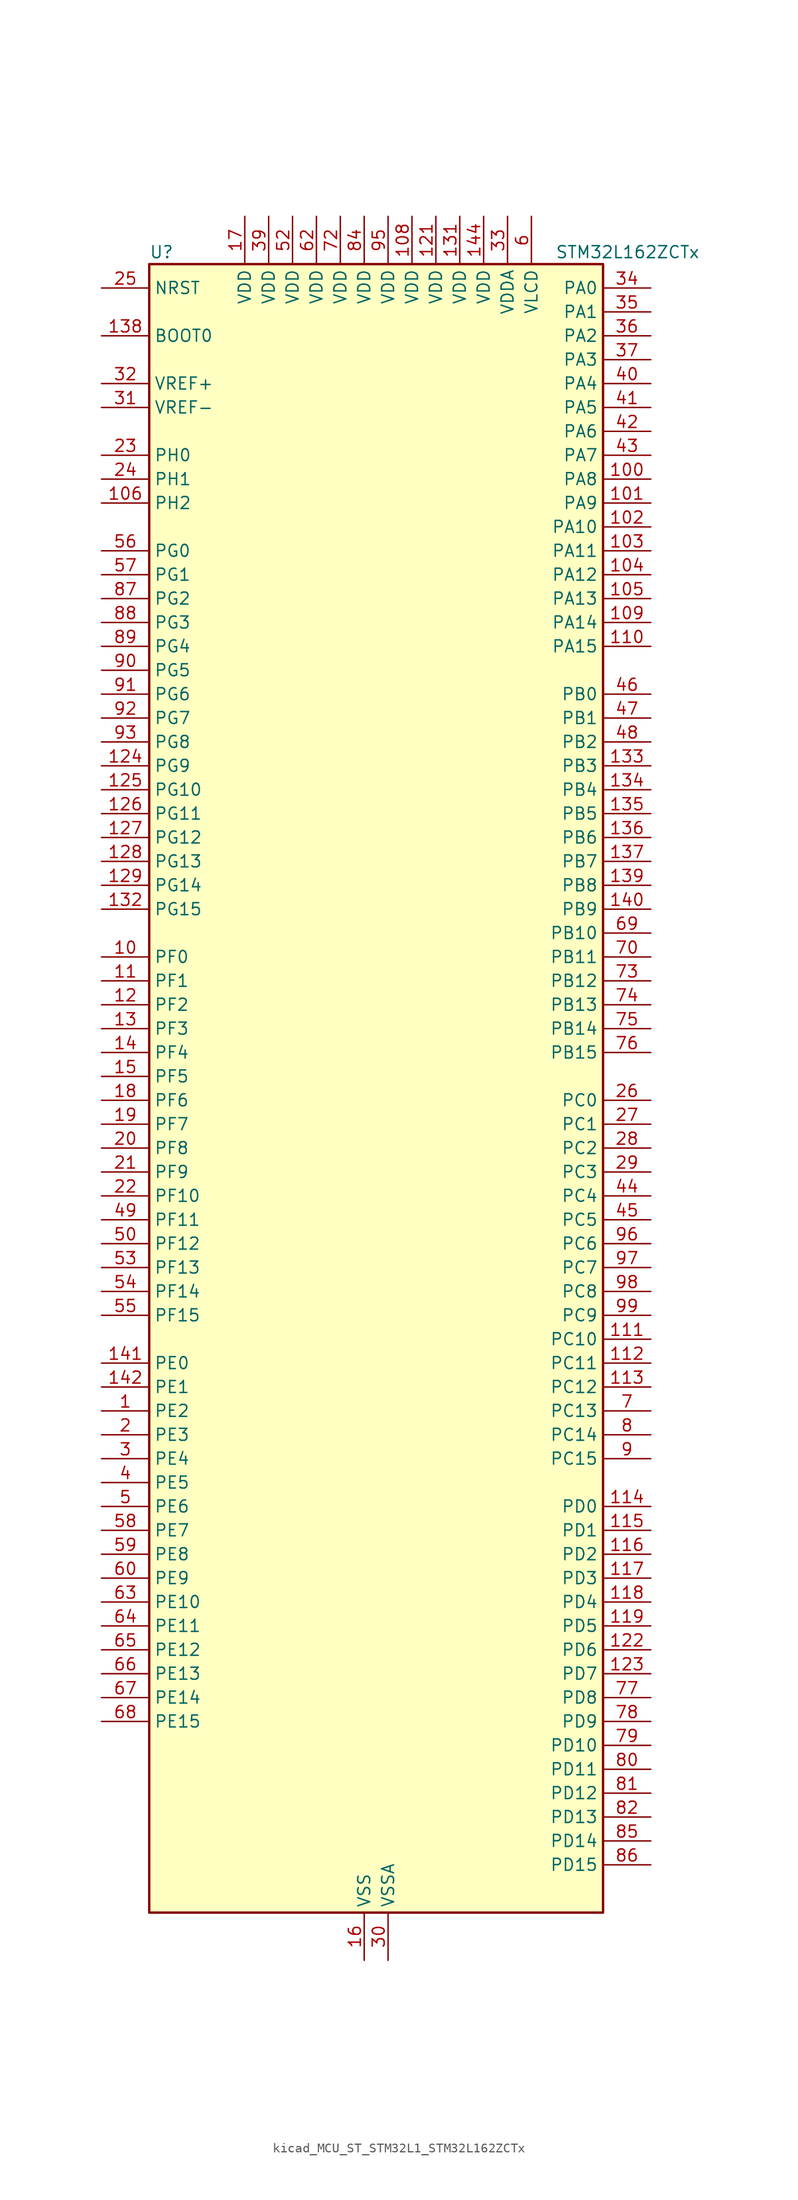
<source format=kicad_sym>
(kicad_symbol_lib
  (version 20220914)
  (generator kicad_symbol_editor)
  (symbol "kicad_MCU_ST_STM32L1_STM32L162ZCTx"
    (property "Reference" "U"
      (at -22.86 90.17 0)
      (effects (font (size 1.27 1.27)) (justify left)))
    (property "Value" "STM32L162ZCTx"
      (at 20.32 90.17 0)
      (effects (font (size 1.27 1.27)) (justify left)))
    (property "ki_locked" ""
      (at 0 0 0)
      (effects (font (size 1.27 1.27))))
    (symbol "kicad_MCU_ST_STM32L1_STM32L162ZCTx_0_1"
      (rectangle (start -22.86 -86.36) (end 25.4 88.9) (stroke (width 0.254) (type default)) (fill (type background))))
    (symbol "kicad_MCU_ST_STM32L1_STM32L162ZCTx_1_1"
      (pin bidirectional line (at -27.94 -33.02 0) (length 5.08) (name "PE2" (effects (font (size 1.27 1.27)))) (number "1" (effects (font (size 1.27 1.27)))) (alternate "LCD_SEG38" bidirectional line) (alternate "SYS_TRACECK" bidirectional line) (alternate "TIM3_ETR" bidirectional line) (alternate "TIMX_IC3" bidirectional line))
      (pin bidirectional line (at -27.94 15.24 0) (length 5.08) (name "PF0" (effects (font (size 1.27 1.27)))) (number "10" (effects (font (size 1.27 1.27)))))
      (pin bidirectional line (at 30.48 66.04 180) (length 5.08) (name "PA8" (effects (font (size 1.27 1.27)))) (number "100" (effects (font (size 1.27 1.27)))) (alternate "LCD_COM0" bidirectional line) (alternate "RCC_MCO" bidirectional line) (alternate "TIMX_IC1" bidirectional line) (alternate "TS_G4_IO1" bidirectional line) (alternate "USART1_CK" bidirectional line))
      (pin bidirectional line (at 30.48 63.5 180) (length 5.08) (name "PA9" (effects (font (size 1.27 1.27)))) (number "101" (effects (font (size 1.27 1.27)))) (alternate "DAC_EXTI9" bidirectional line) (alternate "LCD_COM1" bidirectional line) (alternate "TIMX_IC2" bidirectional line) (alternate "TS_G4_IO2" bidirectional line) (alternate "USART1_TX" bidirectional line))
      (pin bidirectional line (at 30.48 60.96 180) (length 5.08) (name "PA10" (effects (font (size 1.27 1.27)))) (number "102" (effects (font (size 1.27 1.27)))) (alternate "LCD_COM2" bidirectional line) (alternate "TIMX_IC3" bidirectional line) (alternate "TS_G4_IO3" bidirectional line) (alternate "USART1_RX" bidirectional line))
      (pin bidirectional line (at 30.48 58.42 180) (length 5.08) (name "PA11" (effects (font (size 1.27 1.27)))) (number "103" (effects (font (size 1.27 1.27)))) (alternate "ADC_EXTI11" bidirectional line) (alternate "SPI1_MISO" bidirectional line) (alternate "TIMX_IC4" bidirectional line) (alternate "USART1_CTS" bidirectional line) (alternate "USB_DM" bidirectional line))
      (pin bidirectional line (at 30.48 55.88 180) (length 5.08) (name "PA12" (effects (font (size 1.27 1.27)))) (number "104" (effects (font (size 1.27 1.27)))) (alternate "SPI1_MOSI" bidirectional line) (alternate "TIMX_IC1" bidirectional line) (alternate "USART1_RTS" bidirectional line) (alternate "USB_DP" bidirectional line))
      (pin bidirectional line (at 30.48 53.34 180) (length 5.08) (name "PA13" (effects (font (size 1.27 1.27)))) (number "105" (effects (font (size 1.27 1.27)))) (alternate "SYS_JTMS-SWDIO" bidirectional line) (alternate "TIMX_IC2" bidirectional line) (alternate "TS_G5_IO1" bidirectional line))
      (pin bidirectional line (at -27.94 63.5 0) (length 5.08) (name "PH2" (effects (font (size 1.27 1.27)))) (number "106" (effects (font (size 1.27 1.27)))))
      (pin passive line (at 0 -91.44 90) (length 5.08) hide (name "VSS" (effects (font (size 1.27 1.27)))) (number "107" (effects (font (size 1.27 1.27)))))
      (pin power_in line (at 5.08 93.98 270) (length 5.08) (name "VDD" (effects (font (size 1.27 1.27)))) (number "108" (effects (font (size 1.27 1.27)))))
      (pin bidirectional line (at 30.48 50.8 180) (length 5.08) (name "PA14" (effects (font (size 1.27 1.27)))) (number "109" (effects (font (size 1.27 1.27)))) (alternate "SYS_JTCK-SWCLK" bidirectional line) (alternate "TIMX_IC3" bidirectional line) (alternate "TS_G5_IO2" bidirectional line))
      (pin bidirectional line (at -27.94 12.7 0) (length 5.08) (name "PF1" (effects (font (size 1.27 1.27)))) (number "11" (effects (font (size 1.27 1.27)))))
      (pin bidirectional line (at 30.48 48.26 180) (length 5.08) (name "PA15" (effects (font (size 1.27 1.27)))) (number "110" (effects (font (size 1.27 1.27)))) (alternate "ADC_EXTI15" bidirectional line) (alternate "I2S3_WS" bidirectional line) (alternate "LCD_SEG17" bidirectional line) (alternate "SPI1_NSS" bidirectional line) (alternate "SPI3_NSS" bidirectional line) (alternate "SYS_JTDI" bidirectional line) (alternate "TIM2_CH1" bidirectional line) (alternate "TIM2_ETR" bidirectional line) (alternate "TIMX_IC4" bidirectional line) (alternate "TS_G5_IO3" bidirectional line))
      (pin bidirectional line (at 30.48 -25.4 180) (length 5.08) (name "PC10" (effects (font (size 1.27 1.27)))) (number "111" (effects (font (size 1.27 1.27)))) (alternate "I2S3_CK" bidirectional line) (alternate "LCD_COM4" bidirectional line) (alternate "LCD_SEG28" bidirectional line) (alternate "LCD_SEG40" bidirectional line) (alternate "SPI3_SCK" bidirectional line) (alternate "TIMX_IC3" bidirectional line) (alternate "USART3_TX" bidirectional line))
      (pin bidirectional line (at 30.48 -27.94 180) (length 5.08) (name "PC11" (effects (font (size 1.27 1.27)))) (number "112" (effects (font (size 1.27 1.27)))) (alternate "ADC_EXTI11" bidirectional line) (alternate "LCD_COM5" bidirectional line) (alternate "LCD_SEG29" bidirectional line) (alternate "LCD_SEG41" bidirectional line) (alternate "SPI3_MISO" bidirectional line) (alternate "TIMX_IC4" bidirectional line) (alternate "USART3_RX" bidirectional line))
      (pin bidirectional line (at 30.48 -30.48 180) (length 5.08) (name "PC12" (effects (font (size 1.27 1.27)))) (number "113" (effects (font (size 1.27 1.27)))) (alternate "I2S3_SD" bidirectional line) (alternate "LCD_COM6" bidirectional line) (alternate "LCD_SEG30" bidirectional line) (alternate "LCD_SEG42" bidirectional line) (alternate "SPI3_MOSI" bidirectional line) (alternate "TIMX_IC1" bidirectional line) (alternate "USART3_CK" bidirectional line))
      (pin bidirectional line (at 30.48 -43.18 180) (length 5.08) (name "PD0" (effects (font (size 1.27 1.27)))) (number "114" (effects (font (size 1.27 1.27)))) (alternate "I2S2_WS" bidirectional line) (alternate "SPI2_NSS" bidirectional line) (alternate "TIM9_CH1" bidirectional line) (alternate "TIMX_IC1" bidirectional line))
      (pin bidirectional line (at 30.48 -45.72 180) (length 5.08) (name "PD1" (effects (font (size 1.27 1.27)))) (number "115" (effects (font (size 1.27 1.27)))) (alternate "I2S2_CK" bidirectional line) (alternate "SPI2_SCK" bidirectional line) (alternate "TIMX_IC2" bidirectional line))
      (pin bidirectional line (at 30.48 -48.26 180) (length 5.08) (name "PD2" (effects (font (size 1.27 1.27)))) (number "116" (effects (font (size 1.27 1.27)))) (alternate "LCD_COM7" bidirectional line) (alternate "LCD_SEG31" bidirectional line) (alternate "LCD_SEG43" bidirectional line) (alternate "TIM3_ETR" bidirectional line) (alternate "TIMX_IC3" bidirectional line))
      (pin bidirectional line (at 30.48 -50.8 180) (length 5.08) (name "PD3" (effects (font (size 1.27 1.27)))) (number "117" (effects (font (size 1.27 1.27)))) (alternate "SPI2_MISO" bidirectional line) (alternate "TIMX_IC4" bidirectional line) (alternate "USART2_CTS" bidirectional line))
      (pin bidirectional line (at 30.48 -53.34 180) (length 5.08) (name "PD4" (effects (font (size 1.27 1.27)))) (number "118" (effects (font (size 1.27 1.27)))) (alternate "I2S2_SD" bidirectional line) (alternate "SPI2_MOSI" bidirectional line) (alternate "TIMX_IC1" bidirectional line) (alternate "USART2_RTS" bidirectional line))
      (pin bidirectional line (at 30.48 -55.88 180) (length 5.08) (name "PD5" (effects (font (size 1.27 1.27)))) (number "119" (effects (font (size 1.27 1.27)))) (alternate "TIMX_IC2" bidirectional line) (alternate "USART2_TX" bidirectional line))
      (pin bidirectional line (at -27.94 10.16 0) (length 5.08) (name "PF2" (effects (font (size 1.27 1.27)))) (number "12" (effects (font (size 1.27 1.27)))))
      (pin passive line (at 0 -91.44 90) (length 5.08) hide (name "VSS" (effects (font (size 1.27 1.27)))) (number "120" (effects (font (size 1.27 1.27)))))
      (pin power_in line (at 7.62 93.98 270) (length 5.08) (name "VDD" (effects (font (size 1.27 1.27)))) (number "121" (effects (font (size 1.27 1.27)))))
      (pin bidirectional line (at 30.48 -58.42 180) (length 5.08) (name "PD6" (effects (font (size 1.27 1.27)))) (number "122" (effects (font (size 1.27 1.27)))) (alternate "TIMX_IC3" bidirectional line) (alternate "USART2_RX" bidirectional line))
      (pin bidirectional line (at 30.48 -60.96 180) (length 5.08) (name "PD7" (effects (font (size 1.27 1.27)))) (number "123" (effects (font (size 1.27 1.27)))) (alternate "TIM9_CH2" bidirectional line) (alternate "TIMX_IC4" bidirectional line) (alternate "USART2_CK" bidirectional line))
      (pin bidirectional line (at -27.94 35.56 0) (length 5.08) (name "PG9" (effects (font (size 1.27 1.27)))) (number "124" (effects (font (size 1.27 1.27)))) (alternate "DAC_EXTI9" bidirectional line))
      (pin bidirectional line (at -27.94 33.02 0) (length 5.08) (name "PG10" (effects (font (size 1.27 1.27)))) (number "125" (effects (font (size 1.27 1.27)))))
      (pin bidirectional line (at -27.94 30.48 0) (length 5.08) (name "PG11" (effects (font (size 1.27 1.27)))) (number "126" (effects (font (size 1.27 1.27)))) (alternate "ADC_EXTI11" bidirectional line))
      (pin bidirectional line (at -27.94 27.94 0) (length 5.08) (name "PG12" (effects (font (size 1.27 1.27)))) (number "127" (effects (font (size 1.27 1.27)))))
      (pin bidirectional line (at -27.94 25.4 0) (length 5.08) (name "PG13" (effects (font (size 1.27 1.27)))) (number "128" (effects (font (size 1.27 1.27)))))
      (pin bidirectional line (at -27.94 22.86 0) (length 5.08) (name "PG14" (effects (font (size 1.27 1.27)))) (number "129" (effects (font (size 1.27 1.27)))))
      (pin bidirectional line (at -27.94 7.62 0) (length 5.08) (name "PF3" (effects (font (size 1.27 1.27)))) (number "13" (effects (font (size 1.27 1.27)))))
      (pin passive line (at 0 -91.44 90) (length 5.08) hide (name "VSS" (effects (font (size 1.27 1.27)))) (number "130" (effects (font (size 1.27 1.27)))))
      (pin power_in line (at 10.16 93.98 270) (length 5.08) (name "VDD" (effects (font (size 1.27 1.27)))) (number "131" (effects (font (size 1.27 1.27)))))
      (pin bidirectional line (at -27.94 20.32 0) (length 5.08) (name "PG15" (effects (font (size 1.27 1.27)))) (number "132" (effects (font (size 1.27 1.27)))) (alternate "ADC_EXTI15" bidirectional line))
      (pin bidirectional line (at 30.48 35.56 180) (length 5.08) (name "PB3" (effects (font (size 1.27 1.27)))) (number "133" (effects (font (size 1.27 1.27)))) (alternate "COMP2_INM" bidirectional line) (alternate "I2S3_CK" bidirectional line) (alternate "LCD_SEG7" bidirectional line) (alternate "SPI1_SCK" bidirectional line) (alternate "SPI3_SCK" bidirectional line) (alternate "SYS_JTDO-TRACESWO" bidirectional line) (alternate "TIM2_CH2" bidirectional line))
      (pin bidirectional line (at 30.48 33.02 180) (length 5.08) (name "PB4" (effects (font (size 1.27 1.27)))) (number "134" (effects (font (size 1.27 1.27)))) (alternate "COMP2_INP" bidirectional line) (alternate "LCD_SEG8" bidirectional line) (alternate "SPI1_MISO" bidirectional line) (alternate "SPI3_MISO" bidirectional line) (alternate "SYS_JTRST" bidirectional line) (alternate "TIM3_CH1" bidirectional line) (alternate "TS_G6_IO1" bidirectional line))
      (pin bidirectional line (at 30.48 30.48 180) (length 5.08) (name "PB5" (effects (font (size 1.27 1.27)))) (number "135" (effects (font (size 1.27 1.27)))) (alternate "COMP2_INP" bidirectional line) (alternate "I2C1_SMBA" bidirectional line) (alternate "I2S3_SD" bidirectional line) (alternate "LCD_SEG9" bidirectional line) (alternate "SPI1_MOSI" bidirectional line) (alternate "SPI3_MOSI" bidirectional line) (alternate "TIM3_CH2" bidirectional line) (alternate "TS_G6_IO2" bidirectional line))
      (pin bidirectional line (at 30.48 27.94 180) (length 5.08) (name "PB6" (effects (font (size 1.27 1.27)))) (number "136" (effects (font (size 1.27 1.27)))) (alternate "COMP2_INP" bidirectional line) (alternate "I2C1_SCL" bidirectional line) (alternate "TIM4_CH1" bidirectional line) (alternate "TS_G6_IO3" bidirectional line) (alternate "USART1_TX" bidirectional line))
      (pin bidirectional line (at 30.48 25.4 180) (length 5.08) (name "PB7" (effects (font (size 1.27 1.27)))) (number "137" (effects (font (size 1.27 1.27)))) (alternate "COMP2_INP" bidirectional line) (alternate "I2C1_SDA" bidirectional line) (alternate "SYS_PVD_IN" bidirectional line) (alternate "TIM4_CH2" bidirectional line) (alternate "TS_G6_IO4" bidirectional line) (alternate "USART1_RX" bidirectional line))
      (pin input line (at -27.94 81.28 0) (length 5.08) (name "BOOT0" (effects (font (size 1.27 1.27)))) (number "138" (effects (font (size 1.27 1.27)))))
      (pin bidirectional line (at 30.48 22.86 180) (length 5.08) (name "PB8" (effects (font (size 1.27 1.27)))) (number "139" (effects (font (size 1.27 1.27)))) (alternate "I2C1_SCL" bidirectional line) (alternate "LCD_SEG16" bidirectional line) (alternate "TIM10_CH1" bidirectional line) (alternate "TIM4_CH3" bidirectional line))
      (pin bidirectional line (at -27.94 5.08 0) (length 5.08) (name "PF4" (effects (font (size 1.27 1.27)))) (number "14" (effects (font (size 1.27 1.27)))))
      (pin bidirectional line (at 30.48 20.32 180) (length 5.08) (name "PB9" (effects (font (size 1.27 1.27)))) (number "140" (effects (font (size 1.27 1.27)))) (alternate "DAC_EXTI9" bidirectional line) (alternate "I2C1_SDA" bidirectional line) (alternate "LCD_COM3" bidirectional line) (alternate "TIM11_CH1" bidirectional line) (alternate "TIM4_CH4" bidirectional line))
      (pin bidirectional line (at -27.94 -27.94 0) (length 5.08) (name "PE0" (effects (font (size 1.27 1.27)))) (number "141" (effects (font (size 1.27 1.27)))) (alternate "LCD_SEG36" bidirectional line) (alternate "TIM10_CH1" bidirectional line) (alternate "TIM4_ETR" bidirectional line) (alternate "TIMX_IC1" bidirectional line))
      (pin bidirectional line (at -27.94 -30.48 0) (length 5.08) (name "PE1" (effects (font (size 1.27 1.27)))) (number "142" (effects (font (size 1.27 1.27)))) (alternate "LCD_SEG37" bidirectional line) (alternate "TIM11_CH1" bidirectional line) (alternate "TIMX_IC2" bidirectional line))
      (pin passive line (at 0 -91.44 90) (length 5.08) hide (name "VSS" (effects (font (size 1.27 1.27)))) (number "143" (effects (font (size 1.27 1.27)))))
      (pin power_in line (at 12.7 93.98 270) (length 5.08) (name "VDD" (effects (font (size 1.27 1.27)))) (number "144" (effects (font (size 1.27 1.27)))))
      (pin bidirectional line (at -27.94 2.54 0) (length 5.08) (name "PF5" (effects (font (size 1.27 1.27)))) (number "15" (effects (font (size 1.27 1.27)))))
      (pin power_in line (at 0 -91.44 90) (length 5.08) (name "VSS" (effects (font (size 1.27 1.27)))) (number "16" (effects (font (size 1.27 1.27)))))
      (pin power_in line (at -12.7 93.98 270) (length 5.08) (name "VDD" (effects (font (size 1.27 1.27)))) (number "17" (effects (font (size 1.27 1.27)))))
      (pin bidirectional line (at -27.94 0 0) (length 5.08) (name "PF6" (effects (font (size 1.27 1.27)))) (number "18" (effects (font (size 1.27 1.27)))) (alternate "ADC_IN27" bidirectional line) (alternate "TIM5_CH1" bidirectional line) (alternate "TIM5_ETR" bidirectional line) (alternate "TS_G11_IO1" bidirectional line))
      (pin bidirectional line (at -27.94 -2.54 0) (length 5.08) (name "PF7" (effects (font (size 1.27 1.27)))) (number "19" (effects (font (size 1.27 1.27)))) (alternate "ADC_IN28" bidirectional line) (alternate "COMP1_INP" bidirectional line) (alternate "TIM5_CH2" bidirectional line) (alternate "TS_G11_IO2" bidirectional line))
      (pin bidirectional line (at -27.94 -35.56 0) (length 5.08) (name "PE3" (effects (font (size 1.27 1.27)))) (number "2" (effects (font (size 1.27 1.27)))) (alternate "LCD_SEG39" bidirectional line) (alternate "SYS_TRACED0" bidirectional line) (alternate "TIM3_CH1" bidirectional line) (alternate "TIMX_IC4" bidirectional line))
      (pin bidirectional line (at -27.94 -5.08 0) (length 5.08) (name "PF8" (effects (font (size 1.27 1.27)))) (number "20" (effects (font (size 1.27 1.27)))) (alternate "ADC_IN29" bidirectional line) (alternate "COMP1_INP" bidirectional line) (alternate "TIM5_CH3" bidirectional line) (alternate "TS_G11_IO3" bidirectional line))
      (pin bidirectional line (at -27.94 -7.62 0) (length 5.08) (name "PF9" (effects (font (size 1.27 1.27)))) (number "21" (effects (font (size 1.27 1.27)))) (alternate "ADC_IN30" bidirectional line) (alternate "COMP1_INP" bidirectional line) (alternate "DAC_EXTI9" bidirectional line) (alternate "TIM5_CH4" bidirectional line) (alternate "TS_G11_IO4" bidirectional line))
      (pin bidirectional line (at -27.94 -10.16 0) (length 5.08) (name "PF10" (effects (font (size 1.27 1.27)))) (number "22" (effects (font (size 1.27 1.27)))) (alternate "ADC_IN31" bidirectional line) (alternate "COMP1_INP" bidirectional line) (alternate "TS_G11_IO5" bidirectional line))
      (pin bidirectional line (at -27.94 68.58 0) (length 5.08) (name "PH0" (effects (font (size 1.27 1.27)))) (number "23" (effects (font (size 1.27 1.27)))) (alternate "RCC_OSC_IN" bidirectional line))
      (pin bidirectional line (at -27.94 66.04 0) (length 5.08) (name "PH1" (effects (font (size 1.27 1.27)))) (number "24" (effects (font (size 1.27 1.27)))) (alternate "RCC_OSC_OUT" bidirectional line))
      (pin input line (at -27.94 86.36 0) (length 5.08) (name "NRST" (effects (font (size 1.27 1.27)))) (number "25" (effects (font (size 1.27 1.27)))))
      (pin bidirectional line (at 30.48 0 180) (length 5.08) (name "PC0" (effects (font (size 1.27 1.27)))) (number "26" (effects (font (size 1.27 1.27)))) (alternate "ADC_IN10" bidirectional line) (alternate "COMP1_INP" bidirectional line) (alternate "LCD_SEG18" bidirectional line) (alternate "TIMX_IC1" bidirectional line) (alternate "TS_G8_IO1" bidirectional line))
      (pin bidirectional line (at 30.48 -2.54 180) (length 5.08) (name "PC1" (effects (font (size 1.27 1.27)))) (number "27" (effects (font (size 1.27 1.27)))) (alternate "ADC_IN11" bidirectional line) (alternate "COMP1_INP" bidirectional line) (alternate "LCD_SEG19" bidirectional line) (alternate "TIMX_IC2" bidirectional line) (alternate "TS_G8_IO2" bidirectional line))
      (pin bidirectional line (at 30.48 -5.08 180) (length 5.08) (name "PC2" (effects (font (size 1.27 1.27)))) (number "28" (effects (font (size 1.27 1.27)))) (alternate "ADC_IN12" bidirectional line) (alternate "COMP1_INP" bidirectional line) (alternate "LCD_SEG20" bidirectional line) (alternate "TIMX_IC3" bidirectional line) (alternate "TS_G8_IO3" bidirectional line))
      (pin bidirectional line (at 30.48 -7.62 180) (length 5.08) (name "PC3" (effects (font (size 1.27 1.27)))) (number "29" (effects (font (size 1.27 1.27)))) (alternate "ADC_IN13" bidirectional line) (alternate "COMP1_INP" bidirectional line) (alternate "LCD_SEG21" bidirectional line) (alternate "TIMX_IC4" bidirectional line) (alternate "TS_G8_IO4" bidirectional line))
      (pin bidirectional line (at -27.94 -38.1 0) (length 5.08) (name "PE4" (effects (font (size 1.27 1.27)))) (number "3" (effects (font (size 1.27 1.27)))) (alternate "SYS_TRACED1" bidirectional line) (alternate "TIM3_CH2" bidirectional line) (alternate "TIMX_IC1" bidirectional line))
      (pin power_in line (at 2.54 -91.44 90) (length 5.08) (name "VSSA" (effects (font (size 1.27 1.27)))) (number "30" (effects (font (size 1.27 1.27)))))
      (pin input line (at -27.94 73.66 0) (length 5.08) (name "VREF-" (effects (font (size 1.27 1.27)))) (number "31" (effects (font (size 1.27 1.27)))))
      (pin input line (at -27.94 76.2 0) (length 5.08) (name "VREF+" (effects (font (size 1.27 1.27)))) (number "32" (effects (font (size 1.27 1.27)))))
      (pin power_in line (at 15.24 93.98 270) (length 5.08) (name "VDDA" (effects (font (size 1.27 1.27)))) (number "33" (effects (font (size 1.27 1.27)))))
      (pin bidirectional line (at 30.48 86.36 180) (length 5.08) (name "PA0" (effects (font (size 1.27 1.27)))) (number "34" (effects (font (size 1.27 1.27)))) (alternate "ADC_IN0" bidirectional line) (alternate "COMP1_INP" bidirectional line) (alternate "RTC_TAMP2" bidirectional line) (alternate "SYS_WKUP1" bidirectional line) (alternate "TIM2_CH1" bidirectional line) (alternate "TIM2_ETR" bidirectional line) (alternate "TIM5_CH1" bidirectional line) (alternate "TIMX_IC1" bidirectional line) (alternate "TS_G1_IO1" bidirectional line) (alternate "USART2_CTS" bidirectional line))
      (pin bidirectional line (at 30.48 83.82 180) (length 5.08) (name "PA1" (effects (font (size 1.27 1.27)))) (number "35" (effects (font (size 1.27 1.27)))) (alternate "ADC_IN1" bidirectional line) (alternate "COMP1_INP" bidirectional line) (alternate "LCD_SEG0" bidirectional line) (alternate "OPAMP1_VINP" bidirectional line) (alternate "TIM2_CH2" bidirectional line) (alternate "TIM5_CH2" bidirectional line) (alternate "TIMX_IC2" bidirectional line) (alternate "TS_G1_IO2" bidirectional line) (alternate "USART2_RTS" bidirectional line))
      (pin bidirectional line (at 30.48 81.28 180) (length 5.08) (name "PA2" (effects (font (size 1.27 1.27)))) (number "36" (effects (font (size 1.27 1.27)))) (alternate "ADC_IN2" bidirectional line) (alternate "COMP1_INP" bidirectional line) (alternate "LCD_SEG1" bidirectional line) (alternate "OPAMP1_VINM" bidirectional line) (alternate "TIM2_CH3" bidirectional line) (alternate "TIM5_CH3" bidirectional line) (alternate "TIM9_CH1" bidirectional line) (alternate "TIMX_IC3" bidirectional line) (alternate "TS_G1_IO3" bidirectional line) (alternate "USART2_TX" bidirectional line))
      (pin bidirectional line (at 30.48 78.74 180) (length 5.08) (name "PA3" (effects (font (size 1.27 1.27)))) (number "37" (effects (font (size 1.27 1.27)))) (alternate "ADC_IN3" bidirectional line) (alternate "COMP1_INP" bidirectional line) (alternate "LCD_SEG2" bidirectional line) (alternate "OPAMP1_VOUT" bidirectional line) (alternate "TIM2_CH4" bidirectional line) (alternate "TIM5_CH4" bidirectional line) (alternate "TIM9_CH2" bidirectional line) (alternate "TIMX_IC4" bidirectional line) (alternate "TS_G1_IO4" bidirectional line) (alternate "USART2_RX" bidirectional line))
      (pin passive line (at 0 -91.44 90) (length 5.08) hide (name "VSS" (effects (font (size 1.27 1.27)))) (number "38" (effects (font (size 1.27 1.27)))))
      (pin power_in line (at -10.16 93.98 270) (length 5.08) (name "VDD" (effects (font (size 1.27 1.27)))) (number "39" (effects (font (size 1.27 1.27)))))
      (pin bidirectional line (at -27.94 -40.64 0) (length 5.08) (name "PE5" (effects (font (size 1.27 1.27)))) (number "4" (effects (font (size 1.27 1.27)))) (alternate "SYS_TRACED2" bidirectional line) (alternate "TIM9_CH1" bidirectional line) (alternate "TIMX_IC2" bidirectional line))
      (pin bidirectional line (at 30.48 76.2 180) (length 5.08) (name "PA4" (effects (font (size 1.27 1.27)))) (number "40" (effects (font (size 1.27 1.27)))) (alternate "ADC_IN4" bidirectional line) (alternate "COMP1_INP" bidirectional line) (alternate "DAC_OUT1" bidirectional line) (alternate "I2S3_WS" bidirectional line) (alternate "SPI1_NSS" bidirectional line) (alternate "SPI3_NSS" bidirectional line) (alternate "TIMX_IC1" bidirectional line) (alternate "USART2_CK" bidirectional line))
      (pin bidirectional line (at 30.48 73.66 180) (length 5.08) (name "PA5" (effects (font (size 1.27 1.27)))) (number "41" (effects (font (size 1.27 1.27)))) (alternate "ADC_IN5" bidirectional line) (alternate "COMP1_INP" bidirectional line) (alternate "DAC_OUT2" bidirectional line) (alternate "SPI1_SCK" bidirectional line) (alternate "TIM2_CH1" bidirectional line) (alternate "TIM2_ETR" bidirectional line) (alternate "TIMX_IC2" bidirectional line))
      (pin bidirectional line (at 30.48 71.12 180) (length 5.08) (name "PA6" (effects (font (size 1.27 1.27)))) (number "42" (effects (font (size 1.27 1.27)))) (alternate "ADC_IN6" bidirectional line) (alternate "COMP1_INP" bidirectional line) (alternate "LCD_SEG3" bidirectional line) (alternate "OPAMP2_VINP" bidirectional line) (alternate "SPI1_MISO" bidirectional line) (alternate "TIM10_CH1" bidirectional line) (alternate "TIM3_CH1" bidirectional line) (alternate "TIMX_IC3" bidirectional line) (alternate "TS_G2_IO1" bidirectional line))
      (pin bidirectional line (at 30.48 68.58 180) (length 5.08) (name "PA7" (effects (font (size 1.27 1.27)))) (number "43" (effects (font (size 1.27 1.27)))) (alternate "ADC_IN7" bidirectional line) (alternate "COMP1_INP" bidirectional line) (alternate "LCD_SEG4" bidirectional line) (alternate "OPAMP2_VINM" bidirectional line) (alternate "SPI1_MOSI" bidirectional line) (alternate "TIM11_CH1" bidirectional line) (alternate "TIM3_CH2" bidirectional line) (alternate "TIMX_IC4" bidirectional line) (alternate "TS_G2_IO2" bidirectional line))
      (pin bidirectional line (at 30.48 -10.16 180) (length 5.08) (name "PC4" (effects (font (size 1.27 1.27)))) (number "44" (effects (font (size 1.27 1.27)))) (alternate "ADC_IN14" bidirectional line) (alternate "COMP1_INP" bidirectional line) (alternate "LCD_SEG22" bidirectional line) (alternate "TIMX_IC1" bidirectional line) (alternate "TS_G9_IO1" bidirectional line))
      (pin bidirectional line (at 30.48 -12.7 180) (length 5.08) (name "PC5" (effects (font (size 1.27 1.27)))) (number "45" (effects (font (size 1.27 1.27)))) (alternate "ADC_IN15" bidirectional line) (alternate "COMP1_INP" bidirectional line) (alternate "LCD_SEG23" bidirectional line) (alternate "TIMX_IC2" bidirectional line) (alternate "TS_G9_IO2" bidirectional line))
      (pin bidirectional line (at 30.48 43.18 180) (length 5.08) (name "PB0" (effects (font (size 1.27 1.27)))) (number "46" (effects (font (size 1.27 1.27)))) (alternate "ADC_IN8" bidirectional line) (alternate "COMP1_INP" bidirectional line) (alternate "LCD_SEG5" bidirectional line) (alternate "OPAMP2_VOUT" bidirectional line) (alternate "SYS_V_REF_OUT" bidirectional line) (alternate "TIM3_CH3" bidirectional line) (alternate "TS_G3_IO1" bidirectional line))
      (pin bidirectional line (at 30.48 40.64 180) (length 5.08) (name "PB1" (effects (font (size 1.27 1.27)))) (number "47" (effects (font (size 1.27 1.27)))) (alternate "ADC_IN9" bidirectional line) (alternate "COMP1_INP" bidirectional line) (alternate "LCD_SEG6" bidirectional line) (alternate "SYS_V_REF_OUT" bidirectional line) (alternate "TIM3_CH4" bidirectional line) (alternate "TS_G3_IO2" bidirectional line))
      (pin bidirectional line (at 30.48 38.1 180) (length 5.08) (name "PB2" (effects (font (size 1.27 1.27)))) (number "48" (effects (font (size 1.27 1.27)))) (alternate "ADC_IN0b" bidirectional line) (alternate "TS_G3_IO3" bidirectional line))
      (pin bidirectional line (at -27.94 -12.7 0) (length 5.08) (name "PF11" (effects (font (size 1.27 1.27)))) (number "49" (effects (font (size 1.27 1.27)))) (alternate "ADC_EXTI11" bidirectional line) (alternate "ADC_IN1b" bidirectional line) (alternate "TS_G3_IO4" bidirectional line))
      (pin bidirectional line (at -27.94 -43.18 0) (length 5.08) (name "PE6" (effects (font (size 1.27 1.27)))) (number "5" (effects (font (size 1.27 1.27)))) (alternate "RTC_TAMP3" bidirectional line) (alternate "SYS_TRACED3" bidirectional line) (alternate "SYS_WKUP3" bidirectional line) (alternate "TIM9_CH2" bidirectional line) (alternate "TIMX_IC3" bidirectional line))
      (pin bidirectional line (at -27.94 -15.24 0) (length 5.08) (name "PF12" (effects (font (size 1.27 1.27)))) (number "50" (effects (font (size 1.27 1.27)))) (alternate "ADC_IN2b" bidirectional line) (alternate "TS_G3_IO5" bidirectional line))
      (pin passive line (at 0 -91.44 90) (length 5.08) hide (name "VSS" (effects (font (size 1.27 1.27)))) (number "51" (effects (font (size 1.27 1.27)))))
      (pin power_in line (at -7.62 93.98 270) (length 5.08) (name "VDD" (effects (font (size 1.27 1.27)))) (number "52" (effects (font (size 1.27 1.27)))))
      (pin bidirectional line (at -27.94 -17.78 0) (length 5.08) (name "PF13" (effects (font (size 1.27 1.27)))) (number "53" (effects (font (size 1.27 1.27)))) (alternate "ADC_IN3b" bidirectional line) (alternate "TS_G9_IO3" bidirectional line))
      (pin bidirectional line (at -27.94 -20.32 0) (length 5.08) (name "PF14" (effects (font (size 1.27 1.27)))) (number "54" (effects (font (size 1.27 1.27)))) (alternate "ADC_IN6b" bidirectional line) (alternate "TS_G9_IO4" bidirectional line))
      (pin bidirectional line (at -27.94 -22.86 0) (length 5.08) (name "PF15" (effects (font (size 1.27 1.27)))) (number "55" (effects (font (size 1.27 1.27)))) (alternate "ADC_EXTI15" bidirectional line) (alternate "ADC_IN7b" bidirectional line) (alternate "TS_G2_IO3" bidirectional line))
      (pin bidirectional line (at -27.94 58.42 0) (length 5.08) (name "PG0" (effects (font (size 1.27 1.27)))) (number "56" (effects (font (size 1.27 1.27)))) (alternate "ADC_IN8b" bidirectional line) (alternate "TS_G2_IO4" bidirectional line))
      (pin bidirectional line (at -27.94 55.88 0) (length 5.08) (name "PG1" (effects (font (size 1.27 1.27)))) (number "57" (effects (font (size 1.27 1.27)))) (alternate "ADC_IN9b" bidirectional line) (alternate "TS_G2_IO5" bidirectional line))
      (pin bidirectional line (at -27.94 -45.72 0) (length 5.08) (name "PE7" (effects (font (size 1.27 1.27)))) (number "58" (effects (font (size 1.27 1.27)))) (alternate "ADC_IN22" bidirectional line) (alternate "COMP1_INP" bidirectional line) (alternate "TIMX_IC4" bidirectional line))
      (pin bidirectional line (at -27.94 -48.26 0) (length 5.08) (name "PE8" (effects (font (size 1.27 1.27)))) (number "59" (effects (font (size 1.27 1.27)))) (alternate "ADC_IN23" bidirectional line) (alternate "COMP1_INP" bidirectional line) (alternate "TIMX_IC1" bidirectional line))
      (pin power_in line (at 17.78 93.98 270) (length 5.08) (name "VLCD" (effects (font (size 1.27 1.27)))) (number "6" (effects (font (size 1.27 1.27)))))
      (pin bidirectional line (at -27.94 -50.8 0) (length 5.08) (name "PE9" (effects (font (size 1.27 1.27)))) (number "60" (effects (font (size 1.27 1.27)))) (alternate "ADC_IN24" bidirectional line) (alternate "COMP1_INP" bidirectional line) (alternate "DAC_EXTI9" bidirectional line) (alternate "TIM2_CH1" bidirectional line) (alternate "TIM2_ETR" bidirectional line) (alternate "TIMX_IC2" bidirectional line))
      (pin passive line (at 0 -91.44 90) (length 5.08) hide (name "VSS" (effects (font (size 1.27 1.27)))) (number "61" (effects (font (size 1.27 1.27)))))
      (pin power_in line (at -5.08 93.98 270) (length 5.08) (name "VDD" (effects (font (size 1.27 1.27)))) (number "62" (effects (font (size 1.27 1.27)))))
      (pin bidirectional line (at -27.94 -53.34 0) (length 5.08) (name "PE10" (effects (font (size 1.27 1.27)))) (number "63" (effects (font (size 1.27 1.27)))) (alternate "ADC_IN25" bidirectional line) (alternate "COMP1_INP" bidirectional line) (alternate "TIM2_CH2" bidirectional line) (alternate "TIMX_IC3" bidirectional line))
      (pin bidirectional line (at -27.94 -55.88 0) (length 5.08) (name "PE11" (effects (font (size 1.27 1.27)))) (number "64" (effects (font (size 1.27 1.27)))) (alternate "ADC_EXTI11" bidirectional line) (alternate "TIM2_CH3" bidirectional line) (alternate "TIMX_IC4" bidirectional line))
      (pin bidirectional line (at -27.94 -58.42 0) (length 5.08) (name "PE12" (effects (font (size 1.27 1.27)))) (number "65" (effects (font (size 1.27 1.27)))) (alternate "SPI1_NSS" bidirectional line) (alternate "TIM2_CH4" bidirectional line) (alternate "TIMX_IC1" bidirectional line))
      (pin bidirectional line (at -27.94 -60.96 0) (length 5.08) (name "PE13" (effects (font (size 1.27 1.27)))) (number "66" (effects (font (size 1.27 1.27)))) (alternate "SPI1_SCK" bidirectional line) (alternate "TIMX_IC2" bidirectional line))
      (pin bidirectional line (at -27.94 -63.5 0) (length 5.08) (name "PE14" (effects (font (size 1.27 1.27)))) (number "67" (effects (font (size 1.27 1.27)))) (alternate "SPI1_MISO" bidirectional line) (alternate "TIMX_IC3" bidirectional line))
      (pin bidirectional line (at -27.94 -66.04 0) (length 5.08) (name "PE15" (effects (font (size 1.27 1.27)))) (number "68" (effects (font (size 1.27 1.27)))) (alternate "ADC_EXTI15" bidirectional line) (alternate "SPI1_MOSI" bidirectional line) (alternate "TIMX_IC4" bidirectional line))
      (pin bidirectional line (at 30.48 17.78 180) (length 5.08) (name "PB10" (effects (font (size 1.27 1.27)))) (number "69" (effects (font (size 1.27 1.27)))) (alternate "I2C2_SCL" bidirectional line) (alternate "LCD_SEG10" bidirectional line) (alternate "TIM2_CH3" bidirectional line) (alternate "USART3_TX" bidirectional line))
      (pin bidirectional line (at 30.48 -33.02 180) (length 5.08) (name "PC13" (effects (font (size 1.27 1.27)))) (number "7" (effects (font (size 1.27 1.27)))) (alternate "RTC_OUT_ALARM" bidirectional line) (alternate "RTC_OUT_CALIB" bidirectional line) (alternate "RTC_TAMP1" bidirectional line) (alternate "RTC_TS" bidirectional line) (alternate "SYS_WKUP2" bidirectional line) (alternate "TIMX_IC2" bidirectional line))
      (pin bidirectional line (at 30.48 15.24 180) (length 5.08) (name "PB11" (effects (font (size 1.27 1.27)))) (number "70" (effects (font (size 1.27 1.27)))) (alternate "ADC_EXTI11" bidirectional line) (alternate "I2C2_SDA" bidirectional line) (alternate "LCD_SEG11" bidirectional line) (alternate "TIM2_CH4" bidirectional line) (alternate "USART3_RX" bidirectional line))
      (pin passive line (at 0 -91.44 90) (length 5.08) hide (name "VSS" (effects (font (size 1.27 1.27)))) (number "71" (effects (font (size 1.27 1.27)))))
      (pin power_in line (at -2.54 93.98 270) (length 5.08) (name "VDD" (effects (font (size 1.27 1.27)))) (number "72" (effects (font (size 1.27 1.27)))))
      (pin bidirectional line (at 30.48 12.7 180) (length 5.08) (name "PB12" (effects (font (size 1.27 1.27)))) (number "73" (effects (font (size 1.27 1.27)))) (alternate "ADC_IN18" bidirectional line) (alternate "COMP1_INP" bidirectional line) (alternate "I2C2_SMBA" bidirectional line) (alternate "I2S2_WS" bidirectional line) (alternate "LCD_SEG12" bidirectional line) (alternate "SPI2_NSS" bidirectional line) (alternate "TIM10_CH1" bidirectional line) (alternate "TS_G7_IO1" bidirectional line) (alternate "USART3_CK" bidirectional line))
      (pin bidirectional line (at 30.48 10.16 180) (length 5.08) (name "PB13" (effects (font (size 1.27 1.27)))) (number "74" (effects (font (size 1.27 1.27)))) (alternate "ADC_IN19" bidirectional line) (alternate "COMP1_INP" bidirectional line) (alternate "I2S2_CK" bidirectional line) (alternate "LCD_SEG13" bidirectional line) (alternate "SPI2_SCK" bidirectional line) (alternate "TIM9_CH1" bidirectional line) (alternate "TS_G7_IO2" bidirectional line) (alternate "USART3_CTS" bidirectional line))
      (pin bidirectional line (at 30.48 7.62 180) (length 5.08) (name "PB14" (effects (font (size 1.27 1.27)))) (number "75" (effects (font (size 1.27 1.27)))) (alternate "ADC_IN20" bidirectional line) (alternate "COMP1_INP" bidirectional line) (alternate "LCD_SEG14" bidirectional line) (alternate "SPI2_MISO" bidirectional line) (alternate "TIM9_CH2" bidirectional line) (alternate "TS_G7_IO3" bidirectional line) (alternate "USART3_RTS" bidirectional line))
      (pin bidirectional line (at 30.48 5.08 180) (length 5.08) (name "PB15" (effects (font (size 1.27 1.27)))) (number "76" (effects (font (size 1.27 1.27)))) (alternate "ADC_EXTI15" bidirectional line) (alternate "ADC_IN21" bidirectional line) (alternate "COMP1_INP" bidirectional line) (alternate "I2S2_SD" bidirectional line) (alternate "LCD_SEG15" bidirectional line) (alternate "RTC_REFIN" bidirectional line) (alternate "SPI2_MOSI" bidirectional line) (alternate "TIM11_CH1" bidirectional line) (alternate "TS_G7_IO4" bidirectional line))
      (pin bidirectional line (at 30.48 -63.5 180) (length 5.08) (name "PD8" (effects (font (size 1.27 1.27)))) (number "77" (effects (font (size 1.27 1.27)))) (alternate "LCD_SEG28" bidirectional line) (alternate "TIMX_IC1" bidirectional line) (alternate "USART3_TX" bidirectional line))
      (pin bidirectional line (at 30.48 -66.04 180) (length 5.08) (name "PD9" (effects (font (size 1.27 1.27)))) (number "78" (effects (font (size 1.27 1.27)))) (alternate "DAC_EXTI9" bidirectional line) (alternate "LCD_SEG29" bidirectional line) (alternate "TIMX_IC2" bidirectional line) (alternate "USART3_RX" bidirectional line))
      (pin bidirectional line (at 30.48 -68.58 180) (length 5.08) (name "PD10" (effects (font (size 1.27 1.27)))) (number "79" (effects (font (size 1.27 1.27)))) (alternate "LCD_SEG30" bidirectional line) (alternate "TIMX_IC3" bidirectional line) (alternate "USART3_CK" bidirectional line))
      (pin bidirectional line (at 30.48 -35.56 180) (length 5.08) (name "PC14" (effects (font (size 1.27 1.27)))) (number "8" (effects (font (size 1.27 1.27)))) (alternate "RCC_OSC32_IN" bidirectional line) (alternate "TIMX_IC3" bidirectional line))
      (pin bidirectional line (at 30.48 -71.12 180) (length 5.08) (name "PD11" (effects (font (size 1.27 1.27)))) (number "80" (effects (font (size 1.27 1.27)))) (alternate "ADC_EXTI11" bidirectional line) (alternate "LCD_SEG31" bidirectional line) (alternate "TIMX_IC4" bidirectional line) (alternate "USART3_CTS" bidirectional line))
      (pin bidirectional line (at 30.48 -73.66 180) (length 5.08) (name "PD12" (effects (font (size 1.27 1.27)))) (number "81" (effects (font (size 1.27 1.27)))) (alternate "LCD_SEG32" bidirectional line) (alternate "TIM4_CH1" bidirectional line) (alternate "TIMX_IC1" bidirectional line) (alternate "USART3_RTS" bidirectional line))
      (pin bidirectional line (at 30.48 -76.2 180) (length 5.08) (name "PD13" (effects (font (size 1.27 1.27)))) (number "82" (effects (font (size 1.27 1.27)))) (alternate "LCD_SEG33" bidirectional line) (alternate "TIM4_CH2" bidirectional line) (alternate "TIMX_IC2" bidirectional line))
      (pin passive line (at 0 -91.44 90) (length 5.08) hide (name "VSS" (effects (font (size 1.27 1.27)))) (number "83" (effects (font (size 1.27 1.27)))))
      (pin power_in line (at 0 93.98 270) (length 5.08) (name "VDD" (effects (font (size 1.27 1.27)))) (number "84" (effects (font (size 1.27 1.27)))))
      (pin bidirectional line (at 30.48 -78.74 180) (length 5.08) (name "PD14" (effects (font (size 1.27 1.27)))) (number "85" (effects (font (size 1.27 1.27)))) (alternate "LCD_SEG34" bidirectional line) (alternate "TIM4_CH3" bidirectional line) (alternate "TIMX_IC3" bidirectional line))
      (pin bidirectional line (at 30.48 -81.28 180) (length 5.08) (name "PD15" (effects (font (size 1.27 1.27)))) (number "86" (effects (font (size 1.27 1.27)))) (alternate "ADC_EXTI15" bidirectional line) (alternate "LCD_SEG35" bidirectional line) (alternate "TIM4_CH4" bidirectional line) (alternate "TIMX_IC4" bidirectional line))
      (pin bidirectional line (at -27.94 53.34 0) (length 5.08) (name "PG2" (effects (font (size 1.27 1.27)))) (number "87" (effects (font (size 1.27 1.27)))) (alternate "ADC_IN10b" bidirectional line) (alternate "TS_G7_IO5" bidirectional line))
      (pin bidirectional line (at -27.94 50.8 0) (length 5.08) (name "PG3" (effects (font (size 1.27 1.27)))) (number "88" (effects (font (size 1.27 1.27)))) (alternate "ADC_IN11b" bidirectional line) (alternate "TS_G7_IO6" bidirectional line))
      (pin bidirectional line (at -27.94 48.26 0) (length 5.08) (name "PG4" (effects (font (size 1.27 1.27)))) (number "89" (effects (font (size 1.27 1.27)))) (alternate "ADC_IN12b" bidirectional line) (alternate "TS_G7_IO7" bidirectional line))
      (pin bidirectional line (at 30.48 -38.1 180) (length 5.08) (name "PC15" (effects (font (size 1.27 1.27)))) (number "9" (effects (font (size 1.27 1.27)))) (alternate "ADC_EXTI15" bidirectional line) (alternate "RCC_OSC32_OUT" bidirectional line) (alternate "TIMX_IC4" bidirectional line))
      (pin bidirectional line (at -27.94 45.72 0) (length 5.08) (name "PG5" (effects (font (size 1.27 1.27)))) (number "90" (effects (font (size 1.27 1.27)))))
      (pin bidirectional line (at -27.94 43.18 0) (length 5.08) (name "PG6" (effects (font (size 1.27 1.27)))) (number "91" (effects (font (size 1.27 1.27)))))
      (pin bidirectional line (at -27.94 40.64 0) (length 5.08) (name "PG7" (effects (font (size 1.27 1.27)))) (number "92" (effects (font (size 1.27 1.27)))))
      (pin bidirectional line (at -27.94 38.1 0) (length 5.08) (name "PG8" (effects (font (size 1.27 1.27)))) (number "93" (effects (font (size 1.27 1.27)))))
      (pin passive line (at 0 -91.44 90) (length 5.08) hide (name "VSS" (effects (font (size 1.27 1.27)))) (number "94" (effects (font (size 1.27 1.27)))))
      (pin power_in line (at 2.54 93.98 270) (length 5.08) (name "VDD" (effects (font (size 1.27 1.27)))) (number "95" (effects (font (size 1.27 1.27)))))
      (pin bidirectional line (at 30.48 -15.24 180) (length 5.08) (name "PC6" (effects (font (size 1.27 1.27)))) (number "96" (effects (font (size 1.27 1.27)))) (alternate "I2S2_MCK" bidirectional line) (alternate "LCD_SEG24" bidirectional line) (alternate "TIM3_CH1" bidirectional line) (alternate "TIMX_IC3" bidirectional line) (alternate "TS_G10_IO1" bidirectional line))
      (pin bidirectional line (at 30.48 -17.78 180) (length 5.08) (name "PC7" (effects (font (size 1.27 1.27)))) (number "97" (effects (font (size 1.27 1.27)))) (alternate "I2S3_MCK" bidirectional line) (alternate "LCD_SEG25" bidirectional line) (alternate "TIM3_CH2" bidirectional line) (alternate "TIMX_IC4" bidirectional line) (alternate "TS_G10_IO2" bidirectional line))
      (pin bidirectional line (at 30.48 -20.32 180) (length 5.08) (name "PC8" (effects (font (size 1.27 1.27)))) (number "98" (effects (font (size 1.27 1.27)))) (alternate "LCD_SEG26" bidirectional line) (alternate "TIM3_CH3" bidirectional line) (alternate "TIMX_IC1" bidirectional line) (alternate "TS_G10_IO3" bidirectional line))
      (pin bidirectional line (at 30.48 -22.86 180) (length 5.08) (name "PC9" (effects (font (size 1.27 1.27)))) (number "99" (effects (font (size 1.27 1.27)))) (alternate "DAC_EXTI9" bidirectional line) (alternate "LCD_SEG27" bidirectional line) (alternate "TIM3_CH4" bidirectional line) (alternate "TIMX_IC2" bidirectional line) (alternate "TS_G10_IO4" bidirectional line)))))
</source>
